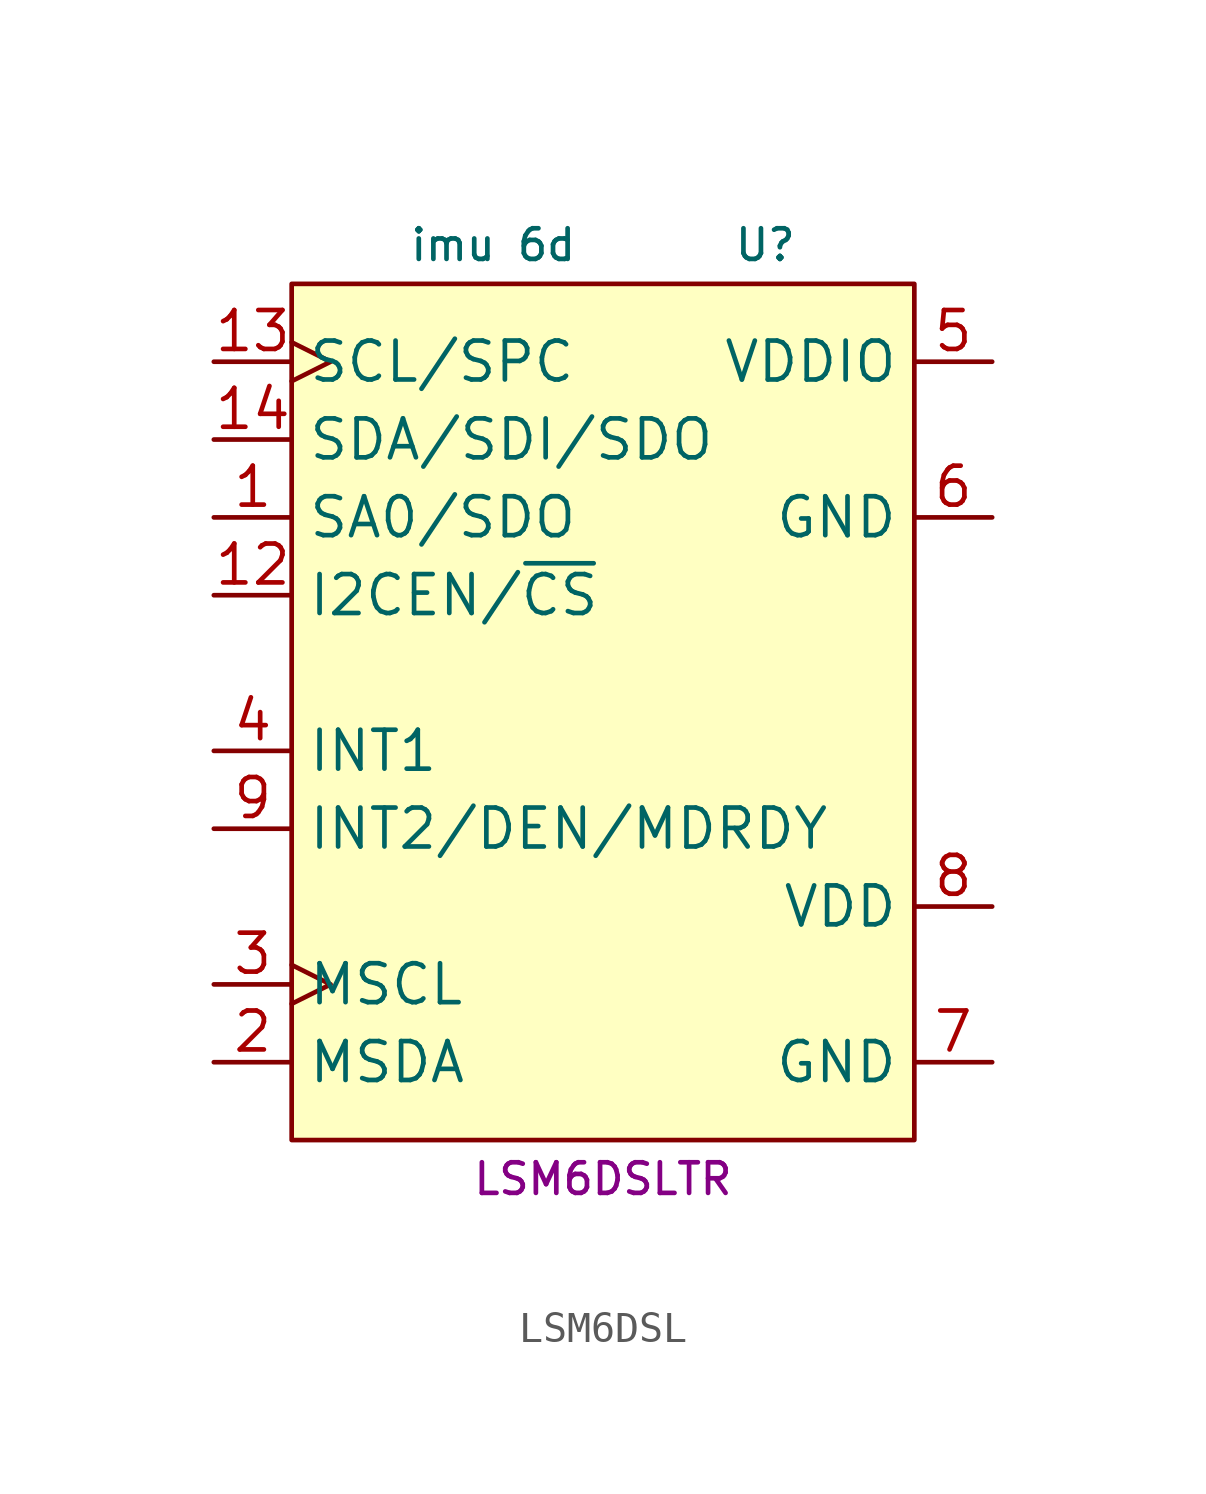
<source format=kicad_sym>
(kicad_symbol_lib
  (version 20231120)
  (generator "kicad_symbol_editor")
  (generator_version "8.0")
  (symbol "LSM6DSL"
    (property "Reference" "U"
      (at 6.35 16.51 0)
      (effects (font (size 1 1)) (justify right)))
    (property "Value" "imu 6d"
      (at -6.35 16.51 0)
      (effects (font (size 1 1)) (justify left)))
    (property "MPN" "LSM6DSLTR"
      (at 0 -13.97 0)
      (effects (font (size 1 1))))
    (symbol "LSM6DSL_1_1"
      (rectangle (start -10.16 15.24) (end 10.16 -12.7) (stroke (width 0) (type default)) (fill (type background)))
      (pin bidirectional line (at -12.7 7.62 0) (length 2.54) (name "SA0/SDO" (effects (font (size 1.27 1.27)))) (number "1" (effects (font (size 1.27 1.27)))))
      (pin input line (at -12.7 5.08 0) (length 2.54) (name "I2CEN/~{CS}" (effects (font (size 1.27 1.27)))) (number "12" (effects (font (size 1.27 1.27)))))
      (pin input clock (at -12.7 12.7 0) (length 2.54) (name "SCL/SPC" (effects (font (size 1.27 1.27)))) (number "13" (effects (font (size 1.27 1.27)))))
      (pin bidirectional line (at -12.7 10.16 0) (length 2.54) (name "SDA/SDI/SDO" (effects (font (size 1.27 1.27)))) (number "14" (effects (font (size 1.27 1.27)))))
      (pin bidirectional line (at -12.7 -10.16 0) (length 2.54) (name "MSDA" (effects (font (size 1.27 1.27)))) (number "2" (effects (font (size 1.27 1.27)))))
      (pin output clock (at -12.7 -7.62 0) (length 2.54) (name "MSCL" (effects (font (size 1.27 1.27)))) (number "3" (effects (font (size 1.27 1.27)))))
      (pin output line (at -12.7 0 0) (length 2.54) (name "INT1" (effects (font (size 1.27 1.27)))) (number "4" (effects (font (size 1.27 1.27)))))
      (pin power_in line (at 12.7 12.7 180) (length 2.54) (name "VDDIO" (effects (font (size 1.27 1.27)))) (number "5" (effects (font (size 1.27 1.27)))))
      (pin power_in line (at 12.7 7.62 180) (length 2.54) (name "GND" (effects (font (size 1.27 1.27)))) (number "6" (effects (font (size 1.27 1.27)))))
      (pin power_in line (at 12.7 -10.16 180) (length 2.54) (name "GND" (effects (font (size 1.27 1.27)))) (number "7" (effects (font (size 1.27 1.27)))))
      (pin power_in line (at 12.7 -5.08 180) (length 2.54) (name "VDD" (effects (font (size 1.27 1.27)))) (number "8" (effects (font (size 1.27 1.27)))))
      (pin output line (at -12.7 -2.54 0) (length 2.54) (name "INT2/DEN/MDRDY" (effects (font (size 1.27 1.27)))) (number "9" (effects (font (size 1.27 1.27))))))))
</source>
